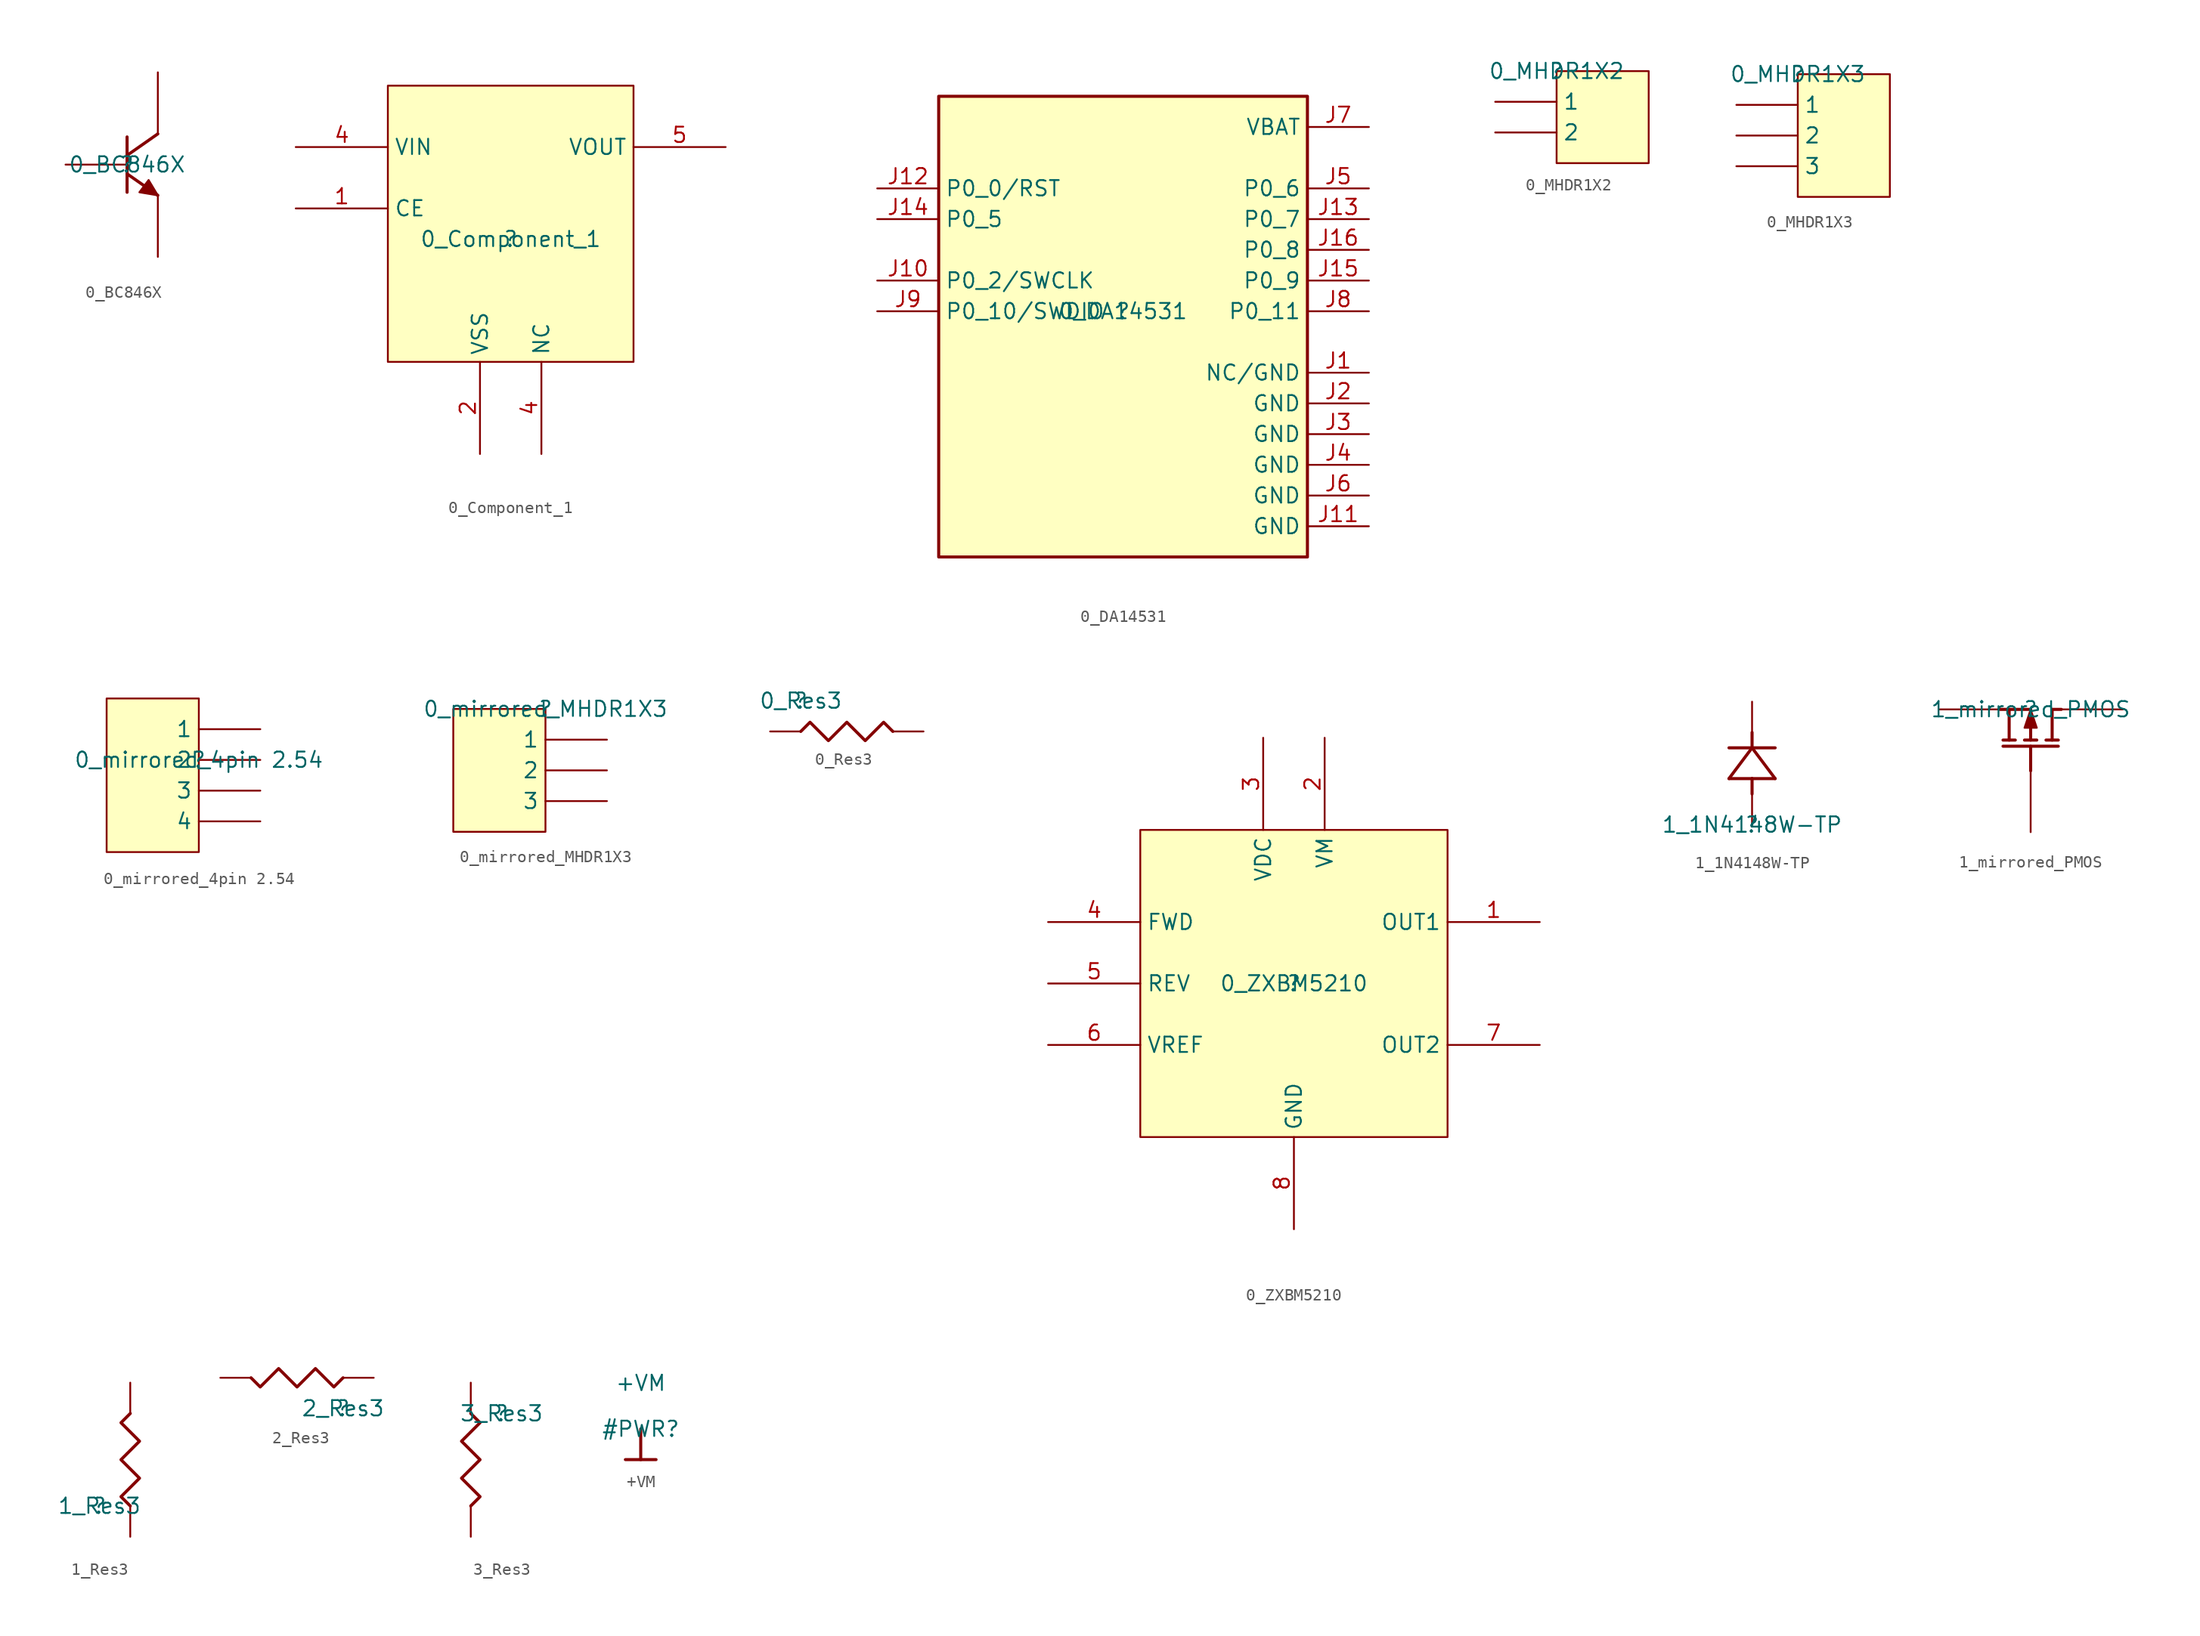
<source format=kicad_sym>
(kicad_symbol_lib
  (version 20211014)
  (generator kicad_symbol_editor)
  (symbol "0_BC846X"
    (property "Reference" ""
      (at 0 0 0)
      (effects (font (size 1.27 1.27))))
    (property "Value" "0_BC846X"
      (at 0 0 0)
      (effects (font (size 1.27 1.27))))
    (symbol "0_BC846X_1_0"
      (polyline (pts (xy 0 -0.762) (xy 2.54 -2.54)) (stroke (width 0.254) (type default) (color 0 0 0 0)) (fill (type none)))
      (polyline (pts (xy 0 2.286) (xy 0 -2.286)) (stroke (width 0.254) (type default) (color 0 0 0 0)) (fill (type none)))
      (polyline (pts (xy 2.54 2.54) (xy 0 0.762)) (stroke (width 0.254) (type default) (color 0 0 0 0)) (fill (type none)))
      (polyline (pts (xy 2.54 -2.54) (xy 1.778 -1.27) (xy 1.016 -2.286) (xy 2.54 -2.54)) (stroke (width 0) (type default) (color 0 0 0 0)) (fill (type outline)))
      (pin passive line (at 2.54 7.62 270) (length 5.08) (name "C" (effects (font (size 0 0)))) (number "1" (effects (font (size 0 0)))))
      (pin passive line (at 2.54 -7.62 90) (length 5.08) (name "E" (effects (font (size 0 0)))) (number "2" (effects (font (size 0 0)))))
      (pin passive line (at -5.08 0 0) (length 5.08) (name "B" (effects (font (size 0 0)))) (number "3" (effects (font (size 0 0)))))))
  (symbol "0_Component_1"
    (property "Reference" ""
      (at 0 0 0)
      (effects (font (size 1.27 1.27))))
    (property "Value" "0_Component_1"
      (at 0 0 0)
      (effects (font (size 1.27 1.27))))
    (symbol "0_Component_1_1_0"
      (rectangle (start 10.16 12.7) (end -10.16 -10.16) (stroke (width 0) (type default) (color 0 0 0 0)) (fill (type background)))
      (pin passive line (at -17.78 2.54 0) (length 7.62) (name "CE" (effects (font (size 1.27 1.27)))) (number "1" (effects (font (size 1.27 1.27)))))
      (pin passive line (at -2.54 -17.78 90) (length 7.62) (name "VSS" (effects (font (size 1.27 1.27)))) (number "2" (effects (font (size 1.27 1.27)))))
      (pin passive line (at 2.54 -17.78 90) (length 7.62) (name "NC" (effects (font (size 1.27 1.27)))) (number "4" (effects (font (size 1.27 1.27)))))
      (pin input line (at -17.78 7.62 0) (length 7.62) (name "VIN" (effects (font (size 1.27 1.27)))) (number "4" (effects (font (size 1.27 1.27)))))
      (pin output line (at 17.78 7.62 180) (length 7.62) (name "VOUT" (effects (font (size 1.27 1.27)))) (number "5" (effects (font (size 1.27 1.27)))))))
  (symbol "0_DA14531"
    (property "Reference" ""
      (at 0 0 0)
      (effects (font (size 1.27 1.27))))
    (property "Value" "0_DA14531"
      (at 0 0 0)
      (effects (font (size 1.27 1.27))))
    (symbol "0_DA14531_1_0"
      (rectangle (start 15.24 17.78) (end -15.24 -20.32) (stroke (width 0.254) (type default) (color 0 0 0 0)) (fill (type background)))
      (pin passive line (at 20.32 -5.08 180) (length 5.08) (name "NC/GND" (effects (font (size 1.27 1.27)))) (number "J1" (effects (font (size 1.27 1.27)))))
      (pin bidirectional line (at -20.32 2.54 0) (length 5.08) (name "P0_2/SWCLK" (effects (font (size 1.27 1.27)))) (number "J10" (effects (font (size 1.27 1.27)))))
      (pin power_in line (at 20.32 -17.78 180) (length 5.08) (name "GND" (effects (font (size 1.27 1.27)))) (number "J11" (effects (font (size 1.27 1.27)))))
      (pin bidirectional line (at -20.32 10.16 0) (length 5.08) (name "P0_0/RST" (effects (font (size 1.27 1.27)))) (number "J12" (effects (font (size 1.27 1.27)))))
      (pin bidirectional line (at 20.32 7.62 180) (length 5.08) (name "P0_7" (effects (font (size 1.27 1.27)))) (number "J13" (effects (font (size 1.27 1.27)))))
      (pin bidirectional line (at -20.32 7.62 0) (length 5.08) (name "P0_5" (effects (font (size 1.27 1.27)))) (number "J14" (effects (font (size 1.27 1.27)))))
      (pin bidirectional line (at 20.32 2.54 180) (length 5.08) (name "P0_9" (effects (font (size 1.27 1.27)))) (number "J15" (effects (font (size 1.27 1.27)))))
      (pin bidirectional line (at 20.32 5.08 180) (length 5.08) (name "P0_8" (effects (font (size 1.27 1.27)))) (number "J16" (effects (font (size 1.27 1.27)))))
      (pin power_in line (at 20.32 -7.62 180) (length 5.08) (name "GND" (effects (font (size 1.27 1.27)))) (number "J2" (effects (font (size 1.27 1.27)))))
      (pin power_in line (at 20.32 -10.16 180) (length 5.08) (name "GND" (effects (font (size 1.27 1.27)))) (number "J3" (effects (font (size 1.27 1.27)))))
      (pin power_in line (at 20.32 -12.7 180) (length 5.08) (name "GND" (effects (font (size 1.27 1.27)))) (number "J4" (effects (font (size 1.27 1.27)))))
      (pin bidirectional line (at 20.32 10.16 180) (length 5.08) (name "P0_6" (effects (font (size 1.27 1.27)))) (number "J5" (effects (font (size 1.27 1.27)))))
      (pin power_in line (at 20.32 -15.24 180) (length 5.08) (name "GND" (effects (font (size 1.27 1.27)))) (number "J6" (effects (font (size 1.27 1.27)))))
      (pin power_in line (at 20.32 15.24 180) (length 5.08) (name "VBAT" (effects (font (size 1.27 1.27)))) (number "J7" (effects (font (size 1.27 1.27)))))
      (pin bidirectional line (at 20.32 0 180) (length 5.08) (name "P0_11" (effects (font (size 1.27 1.27)))) (number "J8" (effects (font (size 1.27 1.27)))))
      (pin bidirectional line (at -20.32 0 0) (length 5.08) (name "P0_10/SWDIO" (effects (font (size 1.27 1.27)))) (number "J9" (effects (font (size 1.27 1.27)))))))
  (symbol "0_MHDR1X2"
    (property "Reference" ""
      (at 0 0 0)
      (effects (font (size 1.27 1.27))))
    (property "Value" "0_MHDR1X2"
      (at 0 0 0)
      (effects (font (size 1.27 1.27))))
    (symbol "0_MHDR1X2_1_0"
      (rectangle (start 7.62 0) (end 0 -7.62) (stroke (width 0) (type default) (color 0 0 0 0)) (fill (type background)))
      (pin passive line (at -5.08 -2.54 0) (length 5.08) (name "1" (effects (font (size 1.27 1.27)))) (number "1" (effects (font (size 0 0)))))
      (pin passive line (at -5.08 -5.08 0) (length 5.08) (name "2" (effects (font (size 1.27 1.27)))) (number "2" (effects (font (size 0 0)))))))
  (symbol "0_MHDR1X3"
    (property "Reference" ""
      (at 0 0 0)
      (effects (font (size 1.27 1.27))))
    (property "Value" "0_MHDR1X3"
      (at 0 0 0)
      (effects (font (size 1.27 1.27))))
    (symbol "0_MHDR1X3_1_0"
      (rectangle (start 7.62 0) (end 0 -10.16) (stroke (width 0) (type default) (color 0 0 0 0)) (fill (type background)))
      (pin passive line (at -5.08 -2.54 0) (length 5.08) (name "1" (effects (font (size 1.27 1.27)))) (number "1" (effects (font (size 0 0)))))
      (pin passive line (at -5.08 -5.08 0) (length 5.08) (name "2" (effects (font (size 1.27 1.27)))) (number "2" (effects (font (size 0 0)))))
      (pin passive line (at -5.08 -7.62 0) (length 5.08) (name "3" (effects (font (size 1.27 1.27)))) (number "3" (effects (font (size 0 0)))))))
  (symbol "0_mirrored_4pin 2.54"
    (property "Reference" ""
      (at 0 0 0)
      (effects (font (size 1.27 1.27))))
    (property "Value" "0_mirrored_4pin 2.54"
      (at 0 0 0)
      (effects (font (size 1.27 1.27))))
    (symbol "0_mirrored_4pin 2.54_1_0"
      (rectangle (start 0 5.08) (end -7.62 -7.62) (stroke (width 0) (type default) (color 0 0 0 0)) (fill (type background)))
      (pin passive line (at 5.08 2.54 180) (length 5.08) (name "1" (effects (font (size 1.27 1.27)))) (number "1" (effects (font (size 0 0)))))
      (pin passive line (at 5.08 0 180) (length 5.08) (name "2" (effects (font (size 1.27 1.27)))) (number "2" (effects (font (size 0 0)))))
      (pin passive line (at 5.08 -2.54 180) (length 5.08) (name "3" (effects (font (size 1.27 1.27)))) (number "3" (effects (font (size 0 0)))))
      (pin passive line (at 5.08 -5.08 180) (length 5.08) (name "4" (effects (font (size 1.27 1.27)))) (number "4" (effects (font (size 0 0)))))))
  (symbol "0_mirrored_MHDR1X3"
    (property "Reference" ""
      (at 0 0 0)
      (effects (font (size 1.27 1.27))))
    (property "Value" "0_mirrored_MHDR1X3"
      (at 0 0 0)
      (effects (font (size 1.27 1.27))))
    (symbol "0_mirrored_MHDR1X3_1_0"
      (rectangle (start 0 0) (end -7.62 -10.16) (stroke (width 0) (type default) (color 0 0 0 0)) (fill (type background)))
      (pin passive line (at 5.08 -2.54 180) (length 5.08) (name "1" (effects (font (size 1.27 1.27)))) (number "1" (effects (font (size 0 0)))))
      (pin passive line (at 5.08 -5.08 180) (length 5.08) (name "2" (effects (font (size 1.27 1.27)))) (number "2" (effects (font (size 0 0)))))
      (pin passive line (at 5.08 -7.62 180) (length 5.08) (name "3" (effects (font (size 1.27 1.27)))) (number "3" (effects (font (size 0 0)))))))
  (symbol "0_Res3"
    (property "Reference" ""
      (at 0 0 0)
      (effects (font (size 1.27 1.27))))
    (property "Value" "0_Res3"
      (at 0 0 0)
      (effects (font (size 1.27 1.27))))
    (symbol "0_Res3_1_0"
      (polyline (pts (xy 7.62 -2.54) (xy 6.858 -1.778) (xy 5.334 -3.302) (xy 3.81 -1.778) (xy 2.286 -3.302) (xy 0.762 -1.778) (xy 0 -2.54)) (stroke (width 0.254) (type default) (color 0 0 0 0)) (fill (type none)))
      (pin passive line (at -2.54 -2.54 0) (length 2.54) (name "1" (effects (font (size 0 0)))) (number "1" (effects (font (size 0 0)))))
      (pin passive line (at 10.16 -2.54 180) (length 2.54) (name "2" (effects (font (size 0 0)))) (number "2" (effects (font (size 0 0)))))))
  (symbol "0_ZXBM5210"
    (property "Reference" ""
      (at 0 0 0)
      (effects (font (size 1.27 1.27))))
    (property "Value" "0_ZXBM5210"
      (at 0 0 0)
      (effects (font (size 1.27 1.27))))
    (symbol "0_ZXBM5210_1_0"
      (rectangle (start 12.7 12.7) (end -12.7 -12.7) (stroke (width 0) (type default) (color 0 0 0 0)) (fill (type background)))
      (pin passive line (at 20.32 5.08 180) (length 7.62) (name "OUT1" (effects (font (size 1.27 1.27)))) (number "1" (effects (font (size 1.27 1.27)))))
      (pin passive line (at 2.54 20.32 270) (length 7.62) (name "VM" (effects (font (size 1.27 1.27)))) (number "2" (effects (font (size 1.27 1.27)))))
      (pin passive line (at -2.54 20.32 270) (length 7.62) (name "VDC" (effects (font (size 1.27 1.27)))) (number "3" (effects (font (size 1.27 1.27)))))
      (pin passive line (at -20.32 5.08 0) (length 7.62) (name "FWD" (effects (font (size 1.27 1.27)))) (number "4" (effects (font (size 1.27 1.27)))))
      (pin passive line (at -20.32 0 0) (length 7.62) (name "REV" (effects (font (size 1.27 1.27)))) (number "5" (effects (font (size 1.27 1.27)))))
      (pin passive line (at -20.32 -5.08 0) (length 7.62) (name "VREF" (effects (font (size 1.27 1.27)))) (number "6" (effects (font (size 1.27 1.27)))))
      (pin passive line (at 20.32 -5.08 180) (length 7.62) (name "OUT2" (effects (font (size 1.27 1.27)))) (number "7" (effects (font (size 1.27 1.27)))))
      (pin passive line (at 0 -20.32 90) (length 7.62) (name "GND" (effects (font (size 1.27 1.27)))) (number "8" (effects (font (size 1.27 1.27)))))))
  (symbol "1_1N4148W-TP"
    (property "Reference" ""
      (at 0 0 0)
      (effects (font (size 1.27 1.27))))
    (property "Value" "1_1N4148W-TP"
      (at 0 0 0)
      (effects (font (size 1.27 1.27))))
    (symbol "1_1N4148W-TP_1_0"
      (polyline (pts (xy -1.905 3.81) (xy 0 3.81)) (stroke (width 0.254) (type default) (color 0 0 0 0)) (fill (type none)))
      (polyline (pts (xy 0 2.54) (xy 0 3.81)) (stroke (width 0.254) (type default) (color 0 0 0 0)) (fill (type none)))
      (polyline (pts (xy 0 3.81) (xy 1.905 3.81)) (stroke (width 0.254) (type default) (color 0 0 0 0)) (fill (type none)))
      (polyline (pts (xy 0 6.35) (xy -1.905 3.81)) (stroke (width 0.254) (type default) (color 0 0 0 0)) (fill (type none)))
      (polyline (pts (xy 0 6.35) (xy -1.905 6.35)) (stroke (width 0.254) (type default) (color 0 0 0 0)) (fill (type none)))
      (polyline (pts (xy 0 6.35) (xy 0 7.62)) (stroke (width 0.254) (type default) (color 0 0 0 0)) (fill (type none)))
      (polyline (pts (xy 1.905 3.81) (xy 0 6.35)) (stroke (width 0.254) (type default) (color 0 0 0 0)) (fill (type none)))
      (polyline (pts (xy 1.905 6.35) (xy 0 6.35)) (stroke (width 0.254) (type default) (color 0 0 0 0)) (fill (type none)))
      (pin passive line (at 0 10.16 270) (length 2.54) (name "1" (effects (font (size 0 0)))) (number "1" (effects (font (size 0 0)))))
      (pin passive line (at 0 0 90) (length 2.54) (name "2" (effects (font (size 0 0)))) (number "2" (effects (font (size 0 0)))))))
  (symbol "1_mirrored_PMOS"
    (property "Reference" ""
      (at 0 0 0)
      (effects (font (size 1.27 1.27))))
    (property "Value" "1_mirrored_PMOS"
      (at 0 0 0)
      (effects (font (size 1.27 1.27))))
    (symbol "1_mirrored_PMOS_1_0"
      (polyline (pts (xy -2.286 -2.54) (xy -1.27 -2.54)) (stroke (width 0.254) (type default) (color 0 0 0 0)) (fill (type none)))
      (polyline (pts (xy -1.778 0) (xy -1.778 -2.54)) (stroke (width 0.254) (type default) (color 0 0 0 0)) (fill (type none)))
      (polyline (pts (xy -0.508 -2.54) (xy 0.508 -2.54)) (stroke (width 0.254) (type default) (color 0 0 0 0)) (fill (type none)))
      (polyline (pts (xy 0 -5.08) (xy 0 -3.048)) (stroke (width 0.254) (type default) (color 0 0 0 0)) (fill (type none)))
      (polyline (pts (xy 0 0) (xy -2.54 0)) (stroke (width 0.254) (type default) (color 0 0 0 0)) (fill (type none)))
      (polyline (pts (xy 0 0) (xy 0 -2.54)) (stroke (width 0.254) (type default) (color 0 0 0 0)) (fill (type none)))
      (polyline (pts (xy 1.27 -2.54) (xy 2.286 -2.54)) (stroke (width 0.254) (type default) (color 0 0 0 0)) (fill (type none)))
      (polyline (pts (xy 1.778 0) (xy 1.778 -2.54)) (stroke (width 0.254) (type default) (color 0 0 0 0)) (fill (type none)))
      (polyline (pts (xy 1.778 0) (xy 2.54 0)) (stroke (width 0.254) (type default) (color 0 0 0 0)) (fill (type none)))
      (polyline (pts (xy 2.286 -3.048) (xy -2.286 -3.048)) (stroke (width 0.254) (type default) (color 0 0 0 0)) (fill (type none)))
      (polyline (pts (xy 0 0) (xy 0.508 -1.524) (xy -0.508 -1.524) (xy 0 0)) (stroke (width 0) (type default) (color 0 0 0 0)) (fill (type outline)))
      (pin passive line (at 7.62 0 180) (length 5.08) (name "D" (effects (font (size 0 0)))) (number "1" (effects (font (size 0 0)))))
      (pin passive line (at 0 -10.16 90) (length 5.08) (name "G" (effects (font (size 0 0)))) (number "2" (effects (font (size 0 0)))))
      (pin passive line (at -7.62 0 0) (length 5.08) (name "S" (effects (font (size 0 0)))) (number "3" (effects (font (size 0 0)))))))
  (symbol "1_Res3"
    (property "Reference" ""
      (at 0 0 0)
      (effects (font (size 1.27 1.27))))
    (property "Value" "1_Res3"
      (at 0 0 0)
      (effects (font (size 1.27 1.27))))
    (symbol "1_Res3_1_0"
      (polyline (pts (xy 2.54 7.62) (xy 1.778 6.858) (xy 3.302 5.334) (xy 1.778 3.81) (xy 3.302 2.286) (xy 1.778 0.762) (xy 2.54 0)) (stroke (width 0.254) (type default) (color 0 0 0 0)) (fill (type none)))
      (pin passive line (at 2.54 -2.54 90) (length 2.54) (name "1" (effects (font (size 0 0)))) (number "1" (effects (font (size 0 0)))))
      (pin passive line (at 2.54 10.16 270) (length 2.54) (name "2" (effects (font (size 0 0)))) (number "2" (effects (font (size 0 0)))))))
  (symbol "2_Res3"
    (property "Reference" ""
      (at 0 0 0)
      (effects (font (size 1.27 1.27))))
    (property "Value" "2_Res3"
      (at 0 0 0)
      (effects (font (size 1.27 1.27))))
    (symbol "2_Res3_1_0"
      (polyline (pts (xy -7.62 2.54) (xy -6.858 1.778) (xy -5.334 3.302) (xy -3.81 1.778) (xy -2.286 3.302) (xy -0.762 1.778) (xy 0 2.54)) (stroke (width 0.254) (type default) (color 0 0 0 0)) (fill (type none)))
      (pin passive line (at 2.54 2.54 180) (length 2.54) (name "1" (effects (font (size 0 0)))) (number "1" (effects (font (size 0 0)))))
      (pin passive line (at -10.16 2.54 0) (length 2.54) (name "2" (effects (font (size 0 0)))) (number "2" (effects (font (size 0 0)))))))
  (symbol "3_Res3"
    (property "Reference" ""
      (at 0 0 0)
      (effects (font (size 1.27 1.27))))
    (property "Value" "3_Res3"
      (at 0 0 0)
      (effects (font (size 1.27 1.27))))
    (symbol "3_Res3_1_0"
      (polyline (pts (xy -2.54 -7.62) (xy -1.778 -6.858) (xy -3.302 -5.334) (xy -1.778 -3.81) (xy -3.302 -2.286) (xy -1.778 -0.762) (xy -2.54 0)) (stroke (width 0.254) (type default) (color 0 0 0 0)) (fill (type none)))
      (pin passive line (at -2.54 2.54 270) (length 2.54) (name "1" (effects (font (size 0 0)))) (number "1" (effects (font (size 0 0)))))
      (pin passive line (at -2.54 -10.16 90) (length 2.54) (name "2" (effects (font (size 0 0)))) (number "2" (effects (font (size 0 0)))))))
  (symbol "+VM"
    (power)
    (property "Reference" "#PWR"
      (at 0 0 0)
      (effects (font (size 1.27 1.27))))
    (property "Value" "+VM"
      (at 0 3.81 0)
      (effects (font (size 1.27 1.27))))
    (symbol "+VM_0_0"
      (polyline (pts (xy -1.27 -2.54) (xy 1.27 -2.54)) (stroke (width 0.254) (type default) (color 0 0 0 0)) (fill (type none)))
      (polyline (pts (xy 0 0) (xy 0 -2.54)) (stroke (width 0.254) (type default) (color 0 0 0 0)) (fill (type none)))
      (pin power_in line (at 0 0 0) (length 0) hide (name "+VM" (effects (font (size 1.27 1.27)))) (number "" (effects (font (size 1.27 1.27))))))))
</source>
